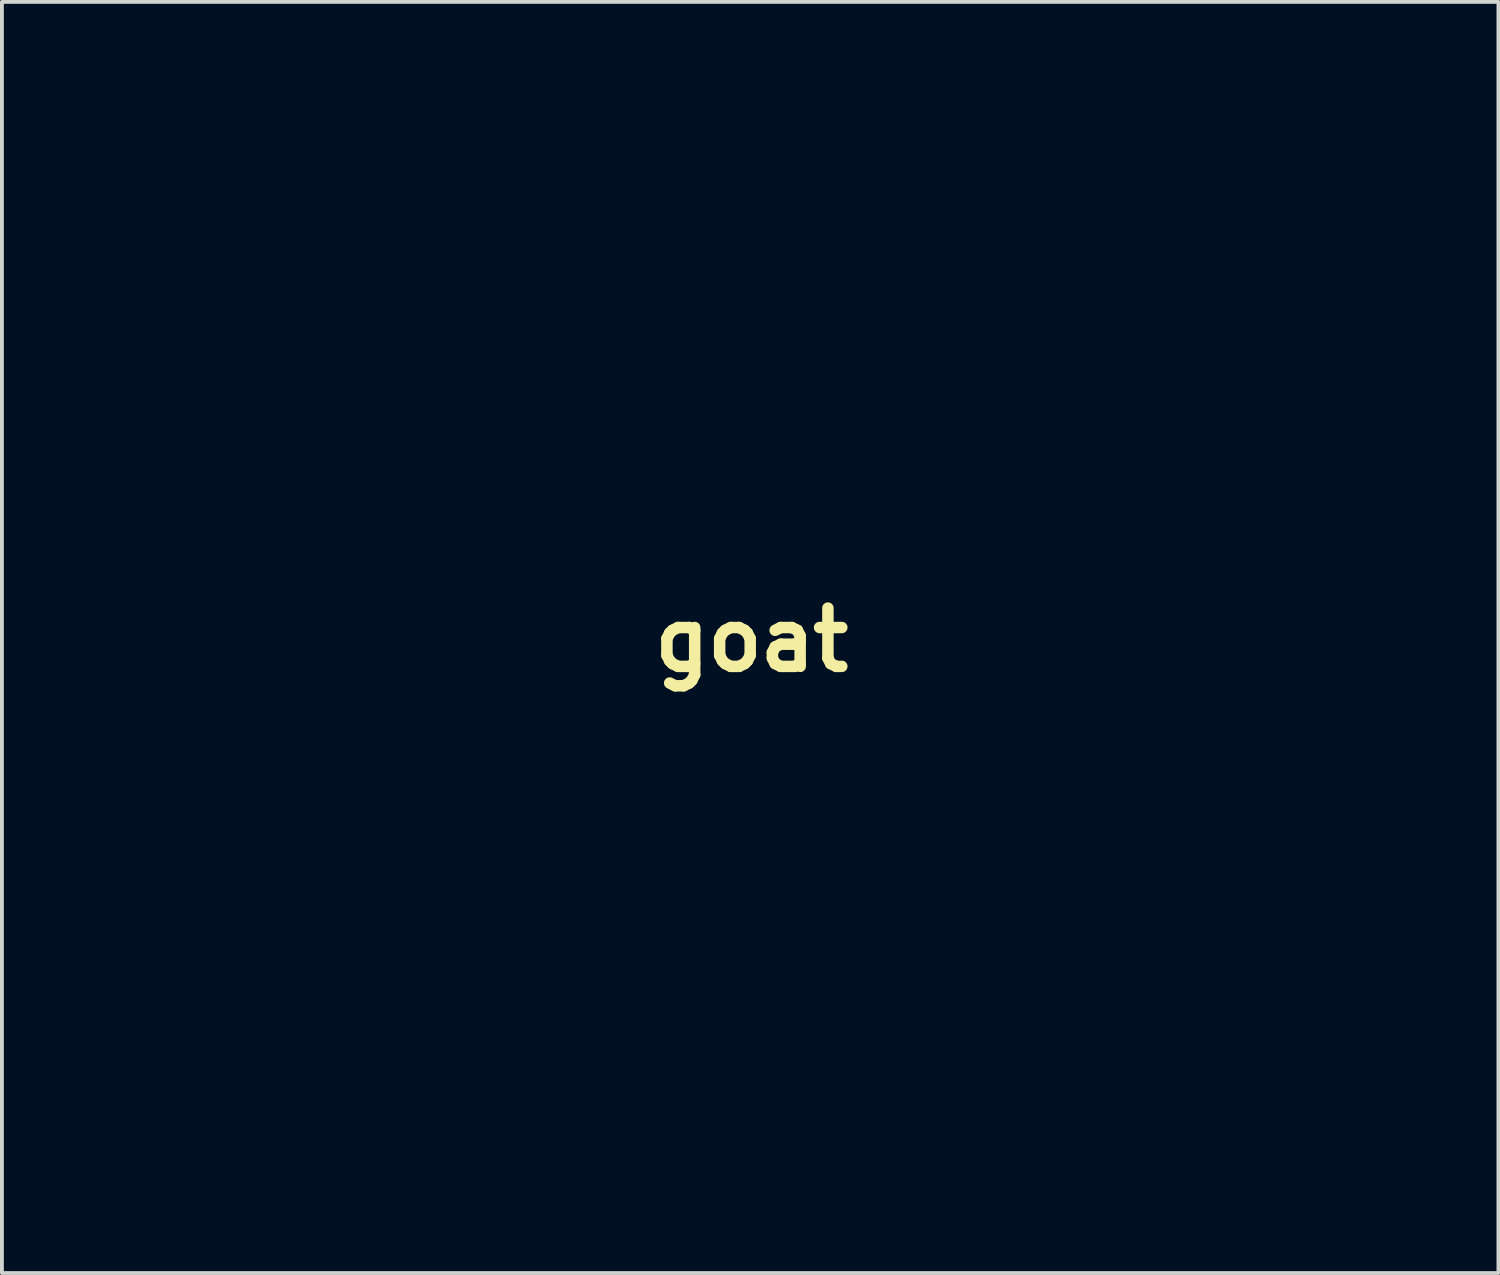
<source format=kicad_pcb>
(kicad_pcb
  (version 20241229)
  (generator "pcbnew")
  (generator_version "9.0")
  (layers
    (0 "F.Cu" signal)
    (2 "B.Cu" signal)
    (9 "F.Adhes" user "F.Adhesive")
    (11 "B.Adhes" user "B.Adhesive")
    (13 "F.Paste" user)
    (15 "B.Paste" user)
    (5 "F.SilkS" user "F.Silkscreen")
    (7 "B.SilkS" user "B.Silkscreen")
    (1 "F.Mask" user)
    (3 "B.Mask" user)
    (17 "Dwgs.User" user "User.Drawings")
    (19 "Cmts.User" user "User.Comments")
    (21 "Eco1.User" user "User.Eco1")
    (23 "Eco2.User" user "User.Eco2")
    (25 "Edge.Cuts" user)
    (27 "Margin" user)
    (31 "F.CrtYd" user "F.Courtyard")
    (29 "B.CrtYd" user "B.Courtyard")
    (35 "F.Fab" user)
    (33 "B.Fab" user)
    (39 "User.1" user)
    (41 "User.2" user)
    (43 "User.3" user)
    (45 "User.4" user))
  (footprint "goat"
    (layer "F.Cu")
    (at 16.6 13.683)
    (property "Reference" "goat" (at 0 0 0) (layer "F.SilkS") (effects (font (size 1.524 1.524) (thickness 0.3))))
    (attr through_hole)
    (fp_poly (pts (xy 6.333 8.173) (xy 6.344 8.195) (xy 6.356 8.236) (xy 6.371 8.301) (xy 6.38 8.345) (xy 6.397 8.428) (xy 6.407 8.488) (xy 6.41 8.538) (xy 6.407 8.586) (xy 6.399 8.645) (xy 6.393 8.678) (xy 6.378 8.8) (xy 6.37 8.952) (xy 6.369 9.132) (xy 6.374 9.337) (xy 6.387 9.565) (xy 6.401 9.754) (xy 6.416 9.949) (xy 6.426 10.118) (xy 6.432 10.266) (xy 6.432 10.4) (xy 6.428 10.527) (xy 6.418 10.653) (xy 6.404 10.784) (xy 6.402 10.803) (xy 6.388 10.923) (xy 6.374 11.058) (xy 6.361 11.194) (xy 6.351 11.312) (xy 6.351 11.32) (xy 6.341 11.452) (xy 6.334 11.554) (xy 6.327 11.629) (xy 6.321 11.683) (xy 6.313 11.718) (xy 6.305 11.738) (xy 6.294 11.748) (xy 6.28 11.751) (xy 6.262 11.75) (xy 6.26 11.75) (xy 6.202 11.743) (xy 6.155 11.731) (xy 6.034 11.67) (xy 5.928 11.582) (xy 5.843 11.472) (xy 5.816 11.422) (xy 5.795 11.375) (xy 5.777 11.324) (xy 5.763 11.267) (xy 5.751 11.2) (xy 5.741 11.118) (xy 5.734 11.019) (xy 5.728 10.899) (xy 5.723 10.754) (xy 5.718 10.58) (xy 5.716 10.465) (xy 5.713 10.275) (xy 5.712 10.114) (xy 5.712 10.084) (xy 5.78 10.084) (xy 5.78 10.188) (xy 5.782 10.316) (xy 5.784 10.45) (xy 5.789 10.653) (xy 5.795 10.825) (xy 5.804 10.97) (xy 5.816 11.092) (xy 5.832 11.193) (xy 5.852 11.277) (xy 5.878 11.348) (xy 5.909 11.409) (xy 5.948 11.463) (xy 5.993 11.513) (xy 6.002 11.522) (xy 6.047 11.561) (xy 6.103 11.601) (xy 6.16 11.636) (xy 6.208 11.66) (xy 6.235 11.667) (xy 6.244 11.652) (xy 6.253 11.614) (xy 6.255 11.595) (xy 6.26 11.553) (xy 6.266 11.485) (xy 6.272 11.399) (xy 6.28 11.303) (xy 6.283 11.261) (xy 6.292 11.142) (xy 6.305 11.005) (xy 6.319 10.867) (xy 6.334 10.742) (xy 6.336 10.727) (xy 6.349 10.612) (xy 6.358 10.5) (xy 6.362 10.388) (xy 6.362 10.267) (xy 6.357 10.133) (xy 6.347 9.981) (xy 6.333 9.803) (xy 6.325 9.711) (xy 6.315 9.581) (xy 6.308 9.437) (xy 6.303 9.285) (xy 6.301 9.132) (xy 6.301 8.985) (xy 6.304 8.851) (xy 6.309 8.737) (xy 6.317 8.649) (xy 6.318 8.644) (xy 6.327 8.56) (xy 6.327 8.496) (xy 6.318 8.44) (xy 6.316 8.433) (xy 6.296 8.357) (xy 6.232 8.534) (xy 6.204 8.611) (xy 6.167 8.709) (xy 6.124 8.819) (xy 6.08 8.932) (xy 6.048 9.01) (xy 5.987 9.165) (xy 5.937 9.295) (xy 5.897 9.407) (xy 5.865 9.507) (xy 5.839 9.6) (xy 5.817 9.693) (xy 5.808 9.738) (xy 5.799 9.786) (xy 5.791 9.832) (xy 5.786 9.88) (xy 5.782 9.935) (xy 5.78 10.002) (xy 5.78 10.084) (xy 5.712 10.084) (xy 5.713 9.976) (xy 5.718 9.856) (xy 5.727 9.748) (xy 5.743 9.647) (xy 5.764 9.547) (xy 5.794 9.443) (xy 5.831 9.33) (xy 5.879 9.203) (xy 5.937 9.055) (xy 5.999 8.898) (xy 6.045 8.783) (xy 6.091 8.663) (xy 6.133 8.549) (xy 6.17 8.447) (xy 6.197 8.368) (xy 6.198 8.365) (xy 6.226 8.282) (xy 6.246 8.226) (xy 6.263 8.191) (xy 6.279 8.173) (xy 6.297 8.166) (xy 6.301 8.165) (xy 6.319 8.165) (xy 6.333 8.173)) (stroke (width 0.01) (type solid)) (fill no) (layer "Eco2.User"))
    (fp_poly (pts (xy 10.425 -13.673) (xy 10.465 -13.652) (xy 10.522 -13.613) (xy 10.6 -13.554) (xy 10.609 -13.546) (xy 10.989 -13.22) (xy 11.342 -12.873) (xy 11.668 -12.507) (xy 11.966 -12.12) (xy 12.236 -11.715) (xy 12.479 -11.29) (xy 12.693 -10.847) (xy 12.807 -10.575) (xy 12.849 -10.463) (xy 12.895 -10.332) (xy 12.943 -10.191) (xy 12.989 -10.049) (xy 13.029 -9.915) (xy 13.062 -9.8) (xy 13.072 -9.76) (xy 13.09 -9.69) (xy 13.277 -9.62) (xy 13.369 -9.587) (xy 13.479 -9.552) (xy 13.596 -9.517) (xy 13.711 -9.484) (xy 13.814 -9.456) (xy 13.896 -9.437) (xy 13.902 -9.436) (xy 13.938 -9.425) (xy 13.993 -9.403) (xy 14.06 -9.374) (xy 14.127 -9.343) (xy 14.187 -9.314) (xy 14.23 -9.29) (xy 14.244 -9.281) (xy 14.27 -9.261) (xy 14.314 -9.231) (xy 14.345 -9.211) (xy 14.428 -9.148) (xy 14.516 -9.066) (xy 14.601 -8.975) (xy 14.671 -8.885) (xy 14.681 -8.871) (xy 14.735 -8.776) (xy 14.778 -8.677) (xy 14.809 -8.566) (xy 14.83 -8.437) (xy 14.845 -8.283) (xy 14.848 -8.216) (xy 14.855 -8.093) (xy 14.865 -7.996) (xy 14.881 -7.917) (xy 14.906 -7.848) (xy 14.943 -7.783) (xy 14.997 -7.714) (xy 15.068 -7.634) (xy 15.137 -7.563) (xy 15.211 -7.485) (xy 15.277 -7.413) (xy 15.339 -7.342) (xy 15.4 -7.268) (xy 15.462 -7.188) (xy 15.529 -7.097) (xy 15.604 -6.992) (xy 15.69 -6.867) (xy 15.79 -6.719) (xy 15.829 -6.662) (xy 15.91 -6.541) (xy 15.993 -6.421) (xy 16.073 -6.307) (xy 16.147 -6.205) (xy 16.21 -6.118) (xy 16.26 -6.052) (xy 16.272 -6.037) (xy 16.355 -5.93) (xy 16.416 -5.838) (xy 16.46 -5.756) (xy 16.49 -5.675) (xy 16.509 -5.591) (xy 16.521 -5.468) (xy 16.509 -5.358) (xy 16.475 -5.268) (xy 16.447 -5.229) (xy 16.433 -5.198) (xy 16.424 -5.139) (xy 16.419 -5.051) (xy 16.419 -5.043) (xy 16.404 -4.903) (xy 16.368 -4.788) (xy 16.31 -4.699) (xy 16.229 -4.635) (xy 16.155 -4.604) (xy 16.105 -4.582) (xy 16.087 -4.557) (xy 16.087 -4.555) (xy 16.073 -4.509) (xy 16.039 -4.454) (xy 15.989 -4.397) (xy 15.931 -4.347) (xy 15.896 -4.325) (xy 15.855 -4.303) (xy 15.818 -4.289) (xy 15.778 -4.281) (xy 15.724 -4.277) (xy 15.649 -4.277) (xy 15.621 -4.277) (xy 15.493 -4.282) (xy 15.385 -4.301) (xy 15.287 -4.335) (xy 15.185 -4.388) (xy 15.131 -4.422) (xy 15.072 -4.459) (xy 15.034 -4.474) (xy 15.013 -4.47) (xy 15.013 -4.47) (xy 15.005 -4.445) (xy 14.999 -4.391) (xy 14.995 -4.312) (xy 14.995 -4.254) (xy 14.997 -4.147) (xy 15.005 -4.05) (xy 15.02 -3.948) (xy 15.044 -3.829) (xy 15.045 -3.827) (xy 15.066 -3.724) (xy 15.08 -3.637) (xy 15.089 -3.554) (xy 15.094 -3.463) (xy 15.095 -3.352) (xy 15.095 -3.344) (xy 15.095 -3.246) (xy 15.094 -3.175) (xy 15.091 -3.122) (xy 15.084 -3.082) (xy 15.073 -3.047) (xy 15.056 -3.009) (xy 15.04 -2.977) (xy 14.97 -2.864) (xy 14.884 -2.772) (xy 14.826 -2.716) (xy 14.768 -2.655) (xy 14.724 -2.603) (xy 14.723 -2.603) (xy 14.679 -2.552) (xy 14.62 -2.493) (xy 14.559 -2.439) (xy 14.558 -2.438) (xy 14.468 -2.374) (xy 14.359 -2.309) (xy 14.239 -2.249) (xy 14.116 -2.194) (xy 13.995 -2.15) (xy 13.885 -2.118) (xy 13.792 -2.101) (xy 13.761 -2.1) (xy 13.72 -2.102) (xy 13.703 -2.115) (xy 13.699 -2.146) (xy 13.699 -2.148) (xy 13.714 -2.2) (xy 13.743 -2.236) (xy 13.801 -2.306) (xy 13.829 -2.383) (xy 13.831 -2.462) (xy 13.809 -2.563) (xy 13.758 -2.675) (xy 13.683 -2.795) (xy 13.585 -2.918) (xy 13.467 -3.04) (xy 13.375 -3.123) (xy 13.203 -3.289) (xy 13.062 -3.469) (xy 12.951 -3.662) (xy 12.872 -3.87) (xy 12.822 -4.093) (xy 12.817 -4.129) (xy 12.808 -4.289) (xy 12.819 -4.449) (xy 12.85 -4.599) (xy 12.899 -4.733) (xy 12.947 -4.818) (xy 12.972 -4.857) (xy 12.984 -4.881) (xy 12.984 -4.886) (xy 12.967 -4.887) (xy 12.922 -4.886) (xy 12.857 -4.884) (xy 12.789 -4.881) (xy 12.705 -4.876) (xy 12.649 -4.871) (xy 12.615 -4.864) (xy 12.597 -4.854) (xy 12.59 -4.842) (xy 12.566 -4.804) (xy 12.524 -4.763) (xy 12.476 -4.729) (xy 12.432 -4.709) (xy 12.42 -4.707) (xy 12.392 -4.701) (xy 12.37 -4.677) (xy 12.345 -4.628) (xy 12.344 -4.625) (xy 12.286 -4.529) (xy 12.209 -4.453) (xy 12.137 -4.412) (xy 12.095 -4.388) (xy 12.061 -4.351) (xy 12.027 -4.291) (xy 12.025 -4.288) (xy 11.992 -4.219) (xy 11.961 -4.145) (xy 11.932 -4.064) (xy 11.902 -3.971) (xy 11.872 -3.864) (xy 11.841 -3.739) (xy 11.807 -3.593) (xy 11.77 -3.423) (xy 11.728 -3.225) (xy 11.693 -3.055) (xy 11.64 -2.795) (xy 11.589 -2.564) (xy 11.54 -2.358) (xy 11.491 -2.172) (xy 11.441 -2.002) (xy 11.387 -1.843) (xy 11.328 -1.692) (xy 11.262 -1.542) (xy 11.188 -1.391) (xy 11.104 -1.234) (xy 11.008 -1.066) (xy 10.9 -0.883) (xy 10.862 -0.821) (xy 10.733 -0.608) (xy 10.62 -0.42) (xy 10.522 -0.255) (xy 10.437 -0.11) (xy 10.363 0.019) (xy 10.299 0.134) (xy 10.243 0.239) (xy 10.194 0.336) (xy 10.15 0.428) (xy 10.109 0.518) (xy 10.07 0.61) (xy 10.05 0.658) (xy 9.98 0.842) (xy 9.924 1.02) (xy 9.88 1.199) (xy 9.845 1.391) (xy 9.819 1.604) (xy 9.812 1.671) (xy 9.771 1.973) (xy 9.706 2.252) (xy 9.617 2.512) (xy 9.501 2.756) (xy 9.357 2.986) (xy 9.185 3.206) (xy 9.093 3.308) (xy 8.939 3.46) (xy 8.78 3.593) (xy 8.604 3.716) (xy 8.534 3.76) (xy 8.456 3.81) (xy 8.39 3.858) (xy 8.335 3.907) (xy 8.29 3.962) (xy 8.251 4.026) (xy 8.219 4.103) (xy 8.19 4.196) (xy 8.164 4.309) (xy 8.139 4.446) (xy 8.112 4.611) (xy 8.094 4.733) (xy 8.065 4.924) (xy 8.037 5.088) (xy 8.008 5.234) (xy 7.978 5.368) (xy 7.944 5.497) (xy 7.904 5.63) (xy 7.858 5.772) (xy 7.811 5.916) (xy 7.772 6.05) (xy 7.74 6.178) (xy 7.713 6.306) (xy 7.692 6.439) (xy 7.675 6.583) (xy 7.661 6.743) (xy 7.65 6.924) (xy 7.641 7.131) (xy 7.638 7.236) (xy 7.63 7.454) (xy 7.624 7.641) (xy 7.617 7.802) (xy 7.61 7.941) (xy 7.603 8.061) (xy 7.596 8.166) (xy 7.587 8.26) (xy 7.577 8.346) (xy 7.566 8.429) (xy 7.553 8.513) (xy 7.538 8.6) (xy 7.533 8.628) (xy 7.463 9.088) (xy 7.421 9.546) (xy 7.408 10.007) (xy 7.424 10.477) (xy 7.46 10.888) (xy 7.48 11.06) (xy 7.504 11.231) (xy 7.529 11.395) (xy 7.556 11.548) (xy 7.582 11.685) (xy 7.609 11.801) (xy 7.634 11.893) (xy 7.655 11.952) (xy 7.709 12.045) (xy 7.784 12.122) (xy 7.883 12.185) (xy 8.008 12.236) (xy 8.164 12.277) (xy 8.165 12.277) (xy 8.305 12.309) (xy 8.415 12.339) (xy 8.499 12.371) (xy 8.561 12.406) (xy 8.605 12.447) (xy 8.635 12.494) (xy 8.651 12.541) (xy 8.683 12.616) (xy 8.741 12.709) (xy 8.826 12.821) (xy 8.938 12.949) (xy 9.061 13.08) (xy 9.14 13.162) (xy 9.198 13.224) (xy 9.237 13.27) (xy 9.262 13.304) (xy 9.274 13.329) (xy 9.277 13.349) (xy 9.276 13.355) (xy 9.271 13.378) (xy 9.258 13.395) (xy 9.229 13.411) (xy 9.179 13.43) (xy 9.123 13.447) (xy 8.966 13.489) (xy 8.804 13.52) (xy 8.646 13.539) (xy 8.499 13.546) (xy 8.372 13.539) (xy 8.348 13.535) (xy 8.311 13.527) (xy 8.254 13.512) (xy 8.188 13.494) (xy 8.185 13.493) (xy 8.115 13.475) (xy 8.062 13.467) (xy 8.01 13.469) (xy 7.955 13.477) (xy 7.882 13.486) (xy 7.795 13.493) (xy 7.709 13.496) (xy 7.702 13.496) (xy 7.622 13.494) (xy 7.564 13.487) (xy 7.514 13.472) (xy 7.475 13.454) (xy 7.394 13.397) (xy 7.331 13.318) (xy 7.292 13.228) (xy 7.287 13.204) (xy 7.276 13.161) (xy 7.252 13.133) (xy 7.207 13.109) (xy 7.158 13.08) (xy 7.108 13.039) (xy 7.064 12.994) (xy 7.035 12.954) (xy 7.027 12.93) (xy 7.021 12.918) (xy 6.996 12.916) (xy 6.946 12.923) (xy 6.938 12.924) (xy 6.873 12.932) (xy 6.781 12.936) (xy 6.668 12.937) (xy 6.542 12.935) (xy 6.409 12.931) (xy 6.275 12.924) (xy 6.148 12.915) (xy 6.034 12.905) (xy 5.94 12.893) (xy 5.91 12.887) (xy 5.708 12.843) (xy 5.533 12.789) (xy 5.386 12.729) (xy 5.268 12.661) (xy 5.18 12.588) (xy 5.123 12.508) (xy 5.098 12.424) (xy 5.097 12.403) (xy 5.089 12.371) (xy 5.074 12.361) (xy 5.036 12.345) (xy 5.001 12.299) (xy 4.972 12.229) (xy 4.956 12.163) (xy 4.941 12.096) (xy 4.922 12.037) (xy 4.905 11.999) (xy 4.886 11.974) (xy 4.862 11.958) (xy 4.824 11.946) (xy 4.766 11.936) (xy 4.721 11.93) (xy 4.639 11.903) (xy 4.573 11.847) (xy 4.523 11.761) (xy 4.508 11.718) (xy 4.497 11.662) (xy 4.488 11.58) (xy 4.482 11.476) (xy 4.479 11.359) (xy 4.478 11.235) (xy 4.481 11.11) (xy 4.486 10.991) (xy 4.493 10.885) (xy 4.502 10.812) (xy 4.526 10.654) (xy 4.551 10.499) (xy 4.577 10.343) (xy 4.606 10.181) (xy 4.639 10.011) (xy 4.675 9.827) (xy 4.717 9.626) (xy 4.763 9.404) (xy 4.817 9.156) (xy 4.873 8.898) (xy 4.988 8.374) (xy 4.974 8.17) (xy 4.969 8.082) (xy 4.965 7.965) (xy 4.962 7.825) (xy 4.96 7.665) (xy 4.959 7.491) (xy 4.958 7.308) (xy 4.958 7.121) (xy 4.959 6.935) (xy 4.961 6.755) (xy 4.964 6.585) (xy 4.967 6.431) (xy 4.972 6.298) (xy 4.976 6.198) (xy 4.984 6.076) (xy 4.992 5.936) (xy 5.003 5.784) (xy 5.014 5.625) (xy 5.025 5.466) (xy 5.037 5.313) (xy 5.048 5.17) (xy 5.059 5.045) (xy 5.068 4.943) (xy 5.074 4.878) (xy 5.085 4.77) (xy 5.011 4.782) (xy 4.757 4.821) (xy 4.479 4.859) (xy 4.187 4.895) (xy 3.892 4.929) (xy 3.604 4.958) (xy 3.333 4.982) (xy 3.285 4.986) (xy 3.135 4.997) (xy 2.989 5.007) (xy 2.846 5.015) (xy 2.701 5.023) (xy 2.552 5.029) (xy 2.396 5.034) (xy 2.23 5.038) (xy 2.05 5.041) (xy 1.855 5.043) (xy 1.641 5.044) (xy 1.405 5.044) (xy 1.144 5.043) (xy 0.855 5.042) (xy 0.535 5.04) (xy 0.533 5.04) (xy 0.244 5.038) (xy -0.028 5.037) (xy -0.283 5.037) (xy -0.517 5.037) (xy -0.729 5.037) (xy -0.916 5.038) (xy -1.077 5.04) (xy -1.21 5.042) (xy -1.311 5.045) (xy -1.355 5.046) (xy -1.677 5.061) (xy -1.969 5.07) (xy -2.235 5.076) (xy -2.479 5.076) (xy -2.704 5.072) (xy -2.913 5.063) (xy -3.112 5.049) (xy -3.302 5.031) (xy -3.395 5.02) (xy -3.908 4.939) (xy -4.414 4.824) (xy -4.912 4.677) (xy -5.403 4.497) (xy -5.887 4.284) (xy -6.363 4.037) (xy -6.639 3.877) (xy -6.76 3.805) (xy -6.856 3.749) (xy -6.932 3.708) (xy -6.993 3.681) (xy -7.043 3.665) (xy -7.086 3.659) (xy -7.128 3.662) (xy -7.171 3.673) (xy -7.209 3.685) (xy -7.315 3.732) (xy -7.428 3.803) (xy -7.549 3.9) (xy -7.679 4.024) (xy -7.818 4.176) (xy -7.968 4.355) (xy -8.129 4.565) (xy -8.285 4.779) (xy -8.37 4.9) (xy -8.462 5.033) (xy -8.558 5.176) (xy -8.657 5.325) (xy -8.756 5.475) (xy -8.853 5.624) (xy -8.946 5.768) (xy -9.031 5.902) (xy -9.107 6.024) (xy -9.172 6.13) (xy -9.222 6.216) (xy -9.257 6.279) (xy -9.262 6.291) (xy -9.359 6.515) (xy -9.435 6.744) (xy -9.491 6.982) (xy -9.527 7.234) (xy -9.545 7.506) (xy -9.546 7.802) (xy -9.545 7.815) (xy -9.542 7.937) (xy -9.536 8.05) (xy -9.53 8.16) (xy -9.52 8.271) (xy -9.508 8.389) (xy -9.493 8.518) (xy -9.473 8.664) (xy -9.45 8.83) (xy -9.421 9.023) (xy -9.406 9.119) (xy -9.385 9.26) (xy -9.363 9.405) (xy -9.342 9.545) (xy -9.323 9.675) (xy -9.307 9.785) (xy -9.296 9.864) (xy -9.282 9.963) (xy -9.269 10.061) (xy -9.257 10.146) (xy -9.248 10.211) (xy -9.246 10.225) (xy -9.208 10.371) (xy -9.139 10.514) (xy -9.036 10.654) (xy -8.9 10.79) (xy -8.843 10.839) (xy -8.787 10.885) (xy -8.741 10.924) (xy -8.711 10.949) (xy -8.704 10.955) (xy -8.684 10.97) (xy -8.661 10.983) (xy -8.635 10.999) (xy -8.587 11.029) (xy -8.522 11.07) (xy -8.447 11.117) (xy -8.416 11.137) (xy -8.326 11.194) (xy -8.233 11.252) (xy -8.147 11.306) (xy -8.077 11.349) (xy -8.069 11.354) (xy -7.998 11.4) (xy -7.929 11.449) (xy -7.874 11.493) (xy -7.861 11.504) (xy -7.818 11.547) (xy -7.796 11.583) (xy -7.789 11.623) (xy -7.789 11.632) (xy -7.794 11.678) (xy -7.807 11.711) (xy -7.809 11.714) (xy -7.813 11.73) (xy -7.801 11.757) (xy -7.773 11.797) (xy -7.726 11.852) (xy -7.659 11.923) (xy -7.571 12.012) (xy -7.46 12.121) (xy -7.382 12.196) (xy -7.287 12.288) (xy -7.214 12.361) (xy -7.161 12.416) (xy -7.125 12.458) (xy -7.104 12.488) (xy -7.096 12.51) (xy -7.095 12.516) (xy -7.1 12.545) (xy -7.12 12.564) (xy -7.164 12.578) (xy -7.167 12.579) (xy -7.288 12.604) (xy -7.417 12.62) (xy -7.558 12.627) (xy -7.715 12.625) (xy -7.893 12.614) (xy -8.094 12.594) (xy -8.324 12.564) (xy -8.454 12.547) (xy -8.592 12.531) (xy -8.728 12.518) (xy -8.852 12.508) (xy -8.954 12.502) (xy -8.956 12.502) (xy -9.056 12.498) (xy -9.127 12.494) (xy -9.177 12.488) (xy -9.211 12.481) (xy -9.236 12.471) (xy -9.256 12.456) (xy -9.269 12.445) (xy -9.295 12.42) (xy -9.311 12.395) (xy -9.32 12.361) (xy -9.324 12.309) (xy -9.325 12.259) (xy -9.327 12.188) (xy -9.333 12.142) (xy -9.344 12.11) (xy -9.364 12.082) (xy -9.378 12.067) (xy -9.41 12.029) (xy -9.452 11.972) (xy -9.499 11.907) (xy -9.517 11.879) (xy -9.584 11.78) (xy -9.639 11.705) (xy -9.685 11.65) (xy -9.728 11.61) (xy -9.77 11.578) (xy -9.784 11.57) (xy -9.826 11.547) (xy -9.855 11.534) (xy -9.861 11.534) (xy -9.87 11.552) (xy -9.887 11.591) (xy -9.905 11.633) (xy -9.951 11.732) (xy -10.004 11.829) (xy -10.058 11.914) (xy -10.109 11.979) (xy -10.114 11.985) (xy -10.163 12.022) (xy -10.216 12.04) (xy -10.261 12.037) (xy -10.292 12.011) (xy -10.293 12.01) (xy -10.297 11.986) (xy -10.302 11.932) (xy -10.307 11.854) (xy -10.311 11.757) (xy -10.315 11.645) (xy -10.318 11.532) (xy -10.334 11.136) (xy -10.365 10.726) (xy -10.41 10.301) (xy -10.47 9.858) (xy -10.546 9.396) (xy -10.637 8.912) (xy -10.744 8.404) (xy -10.868 7.87) (xy -10.986 7.396) (xy -11.015 7.281) (xy -11.104 7.341) (xy -11.282 7.481) (xy -11.443 7.65) (xy -11.587 7.847) (xy -11.712 8.07) (xy -11.818 8.318) (xy -11.904 8.592) (xy -11.972 8.889) (xy -12.015 9.178) (xy -12.026 9.293) (xy -12.037 9.429) (xy -12.047 9.58) (xy -12.055 9.737) (xy -12.062 9.895) (xy -12.066 10.046) (xy -12.068 10.184) (xy -12.068 10.3) (xy -12.065 10.38) (xy -12.039 10.643) (xy -11.993 10.879) (xy -11.927 11.089) (xy -11.842 11.272) (xy -11.835 11.283) (xy -11.804 11.339) (xy -11.781 11.383) (xy -11.769 11.407) (xy -11.769 11.409) (xy -11.757 11.424) (xy -11.726 11.457) (xy -11.679 11.506) (xy -11.622 11.564) (xy -11.604 11.582) (xy -11.466 11.707) (xy -11.314 11.824) (xy -11.216 11.891) (xy -11.137 11.944) (xy -11.067 11.994) (xy -11.011 12.036) (xy -10.975 12.066) (xy -10.966 12.076) (xy -10.947 12.12) (xy -10.939 12.173) (xy -10.939 12.176) (xy -10.93 12.23) (xy -10.9 12.288) (xy -10.877 12.321) (xy -10.809 12.407) (xy -10.726 12.506) (xy -10.637 12.608) (xy -10.547 12.706) (xy -10.465 12.791) (xy -10.411 12.843) (xy -10.347 12.907) (xy -10.31 12.955) (xy -10.299 12.993) (xy -10.313 13.025) (xy -10.352 13.056) (xy -10.372 13.068) (xy -10.462 13.113) (xy -10.56 13.146) (xy -10.668 13.169) (xy -10.792 13.182) (xy -10.935 13.184) (xy -11.102 13.177) (xy -11.297 13.161) (xy -11.325 13.159) (xy -11.452 13.146) (xy -11.552 13.138) (xy -11.631 13.133) (xy -11.695 13.132) (xy -11.751 13.133) (xy -11.805 13.138) (xy -11.832 13.142) (xy -11.987 13.156) (xy -12.114 13.152) (xy -12.216 13.129) (xy -12.293 13.087) (xy -12.348 13.022) (xy -12.383 12.936) (xy -12.399 12.825) (xy -12.4 12.765) (xy -12.399 12.615) (xy -12.461 12.568) (xy -12.504 12.537) (xy -12.565 12.494) (xy -12.631 12.449) (xy -12.646 12.439) (xy -12.71 12.393) (xy -12.771 12.343) (xy -12.817 12.3) (xy -12.824 12.292) (xy -12.879 12.228) (xy -12.938 12.307) (xy -12.976 12.354) (xy -13.006 12.378) (xy -13.039 12.386) (xy -13.054 12.387) (xy -13.097 12.38) (xy -13.132 12.356) (xy -13.162 12.31) (xy -13.19 12.24) (xy -13.218 12.14) (xy -13.219 12.139) (xy -13.25 12.002) (xy -13.267 11.883) (xy -13.27 11.769) (xy -13.26 11.648) (xy -13.237 11.509) (xy -13.236 11.506) (xy -13.217 11.4) (xy -13.199 11.282) (xy -13.184 11.168) (xy -13.175 11.091) (xy -13.168 10.982) (xy -13.162 10.843) (xy -13.159 10.679) (xy -13.158 10.492) (xy -13.159 10.288) (xy -13.162 10.071) (xy -13.167 9.843) (xy -13.174 9.61) (xy -13.183 9.376) (xy -13.184 9.347) (xy -13.194 9.086) (xy -13.201 8.834) (xy -13.204 8.595) (xy -13.205 8.373) (xy -13.202 8.169) (xy -13.196 7.988) (xy -13.186 7.831) (xy -13.174 7.702) (xy -13.16 7.612) (xy -13.128 7.466) (xy -13.091 7.345) (xy -13.045 7.24) (xy -12.986 7.142) (xy -12.91 7.042) (xy -12.854 6.977) (xy -12.8 6.915) (xy -12.736 6.841) (xy -12.667 6.76) (xy -12.599 6.679) (xy -12.538 6.605) (xy -12.489 6.545) (xy -12.463 6.513) (xy -12.432 6.476) (xy -12.399 6.439) (xy -12.373 6.41) (xy -12.361 6.392) (xy -12.361 6.391) (xy -12.352 6.375) (xy -12.327 6.338) (xy -12.29 6.287) (xy -12.268 6.257) (xy -12.059 5.957) (xy -11.866 5.646) (xy -11.694 5.33) (xy -11.542 5.013) (xy -11.415 4.699) (xy -11.314 4.393) (xy -11.261 4.192) (xy -11.245 4.12) (xy -11.237 4.066) (xy -11.237 4.017) (xy -11.244 3.961) (xy -11.254 3.908) (xy -11.282 3.769) (xy -11.316 3.622) (xy -11.356 3.464) (xy -11.405 3.293) (xy -11.462 3.105) (xy -11.528 2.897) (xy -11.604 2.666) (xy -11.692 2.41) (xy -11.783 2.149) (xy -11.875 1.888) (xy -11.955 1.655) (xy -12.025 1.447) (xy -12.086 1.259) (xy -12.139 1.089) (xy -12.184 0.934) (xy -12.224 0.788) (xy -12.259 0.649) (xy -12.29 0.514) (xy -12.318 0.378) (xy -12.326 0.336) (xy -12.351 0.181) (xy -12.374 0.006) (xy -12.392 -0.178) (xy -12.405 -0.358) (xy -12.412 -0.522) (xy -12.412 -0.57) (xy -12.412 -0.779) (xy -12.535 -0.676) (xy -12.622 -0.611) (xy -12.719 -0.549) (xy -12.819 -0.496) (xy -12.913 -0.455) (xy -12.993 -0.431) (xy -13.015 -0.427) (xy -13.061 -0.424) (xy -13.083 -0.429) (xy -13.089 -0.448) (xy -13.089 -0.461) (xy -13.084 -0.504) (xy -13.07 -0.559) (xy -13.065 -0.574) (xy -13.04 -0.644) (xy -13.094 -0.603) (xy -13.21 -0.53) (xy -13.346 -0.467) (xy -13.493 -0.417) (xy -13.638 -0.384) (xy -13.772 -0.373) (xy -13.89 -0.373) (xy -13.879 -0.466) (xy -13.874 -0.516) (xy -13.874 -0.55) (xy -13.876 -0.559) (xy -13.894 -0.555) (xy -13.938 -0.545) (xy -13.998 -0.53) (xy -14.024 -0.524) (xy -14.124 -0.504) (xy -14.246 -0.489) (xy -14.379 -0.48) (xy -14.389 -0.479) (xy -14.48 -0.475) (xy -14.542 -0.474) (xy -14.581 -0.475) (xy -14.602 -0.48) (xy -14.611 -0.488) (xy -14.613 -0.502) (xy -14.613 -0.506) (xy -14.606 -0.544) (xy -14.587 -0.594) (xy -14.58 -0.61) (xy -14.559 -0.651) (xy -14.547 -0.679) (xy -14.546 -0.683) (xy -14.561 -0.684) (xy -14.598 -0.679) (xy -14.624 -0.674) (xy -14.682 -0.667) (xy -14.762 -0.664) (xy -14.855 -0.664) (xy -14.951 -0.669) (xy -15.039 -0.676) (xy -15.11 -0.685) (xy -15.143 -0.693) (xy -15.188 -0.716) (xy -15.206 -0.751) (xy -15.196 -0.8) (xy -15.159 -0.866) (xy -15.154 -0.874) (xy -15.126 -0.918) (xy -15.11 -0.949) (xy -15.109 -0.958) (xy -15.128 -0.959) (xy -15.172 -0.955) (xy -15.23 -0.946) (xy -15.236 -0.945) (xy -15.356 -0.925) (xy -15.539 -1.012) (xy -15.714 -1.085) (xy -15.878 -1.135) (xy -16.029 -1.162) (xy -16.165 -1.166) (xy -16.283 -1.146) (xy -16.381 -1.104) (xy -16.458 -1.038) (xy -16.481 -1.007) (xy -16.52 -0.962) (xy -16.557 -0.948) (xy -16.581 -0.953) (xy -16.592 -0.973) (xy -16.595 -1.015) (xy -16.58 -1.149) (xy -16.575 -1.164) (xy -16.491 -1.164) (xy -16.491 -1.16) (xy -16.471 -1.162) (xy -16.434 -1.178) (xy -16.415 -1.189) (xy -16.382 -1.206) (xy -16.345 -1.218) (xy -16.298 -1.225) (xy -16.232 -1.23) (xy -16.146 -1.233) (xy -15.997 -1.232) (xy -15.862 -1.216) (xy -15.73 -1.184) (xy -15.591 -1.133) (xy -15.488 -1.087) (xy -15.321 -1.009) (xy -15.181 -1.038) (xy -15.112 -1.051) (xy -15.052 -1.061) (xy -15.011 -1.067) (xy -15.005 -1.067) (xy -14.976 -1.055) (xy -14.97 -1.021) (xy -14.986 -0.968) (xy -15.025 -0.898) (xy -15.038 -0.878) (xy -15.071 -0.828) (xy -15.094 -0.791) (xy -15.102 -0.772) (xy -15.102 -0.772) (xy -15.083 -0.765) (xy -15.043 -0.754) (xy -15.017 -0.748) (xy -14.895 -0.73) (xy -14.764 -0.733) (xy -14.647 -0.754) (xy -14.581 -0.771) (xy -14.516 -0.785) (xy -14.488 -0.79) (xy -14.422 -0.801) (xy -14.435 -0.736) (xy -14.451 -0.677) (xy -14.476 -0.614) (xy -14.481 -0.604) (xy -14.515 -0.537) (xy -14.373 -0.548) (xy -14.288 -0.558) (xy -14.189 -0.575) (xy -14.093 -0.596) (xy -14.07 -0.602) (xy -13.992 -0.623) (xy -13.916 -0.64) (xy -13.855 -0.652) (xy -13.836 -0.655) (xy -13.762 -0.664) (xy -13.772 -0.607) (xy -13.783 -0.548) (xy -13.793 -0.495) (xy -13.799 -0.458) (xy -13.789 -0.443) (xy -13.763 -0.44) (xy -13.676 -0.45) (xy -13.57 -0.478) (xy -13.454 -0.52) (xy -13.336 -0.573) (xy -13.224 -0.634) (xy -13.127 -0.698) (xy -13.105 -0.715) (xy -13.034 -0.767) (xy -12.982 -0.792) (xy -12.95 -0.788) (xy -12.937 -0.757) (xy -12.943 -0.698) (xy -12.963 -0.62) (xy -12.976 -0.571) (xy -12.981 -0.537) (xy -12.98 -0.529) (xy -12.96 -0.53) (xy -12.918 -0.546) (xy -12.862 -0.574) (xy -12.798 -0.609) (xy -12.732 -0.648) (xy -12.673 -0.687) (xy -12.653 -0.702) (xy -12.589 -0.755) (xy -12.525 -0.814) (xy -12.477 -0.865) (xy -12.428 -0.916) (xy -12.387 -0.944) (xy -12.371 -0.948) (xy -12.359 -0.947) (xy -12.35 -0.942) (xy -12.344 -0.927) (xy -12.339 -0.9) (xy -12.337 -0.855) (xy -12.335 -0.788) (xy -12.335 -0.696) (xy -12.335 -0.588) (xy -12.333 -0.425) (xy -12.326 -0.267) (xy -12.314 -0.112) (xy -12.297 0.043) (xy -12.273 0.201) (xy -12.242 0.365) (xy -12.203 0.538) (xy -12.156 0.723) (xy -12.1 0.924) (xy -12.033 1.142) (xy -11.956 1.381) (xy -11.868 1.645) (xy -11.767 1.935) (xy -11.716 2.081) (xy -11.609 2.388) (xy -11.514 2.666) (xy -11.432 2.916) (xy -11.362 3.141) (xy -11.303 3.344) (xy -11.255 3.524) (xy -11.217 3.686) (xy -11.188 3.83) (xy -11.173 3.924) (xy -11.163 4) (xy -11.161 4.062) (xy -11.167 4.124) (xy -11.181 4.201) (xy -11.183 4.212) (xy -11.242 4.448) (xy -11.323 4.701) (xy -11.424 4.963) (xy -11.543 5.23) (xy -11.675 5.494) (xy -11.819 5.75) (xy -11.897 5.876) (xy -11.974 5.996) (xy -12.055 6.116) (xy -12.135 6.232) (xy -12.211 6.339) (xy -12.28 6.432) (xy -12.337 6.505) (xy -12.371 6.544) (xy -12.404 6.582) (xy -12.425 6.609) (xy -12.429 6.616) (xy -12.439 6.634) (xy -12.467 6.669) (xy -12.505 6.716) (xy -12.548 6.766) (xy -12.59 6.814) (xy -12.625 6.851) (xy -12.647 6.873) (xy -12.651 6.875) (xy -12.666 6.888) (xy -12.666 6.893) (xy -12.677 6.913) (xy -12.706 6.951) (xy -12.748 7.002) (xy -12.782 7.042) (xy -12.86 7.132) (xy -12.919 7.208) (xy -12.963 7.28) (xy -13 7.357) (xy -13.026 7.426) (xy -13.058 7.531) (xy -13.085 7.654) (xy -13.106 7.794) (xy -13.122 7.956) (xy -13.133 8.14) (xy -13.138 8.349) (xy -13.138 8.585) (xy -13.133 8.849) (xy -13.123 9.144) (xy -13.116 9.296) (xy -13.108 9.501) (xy -13.101 9.712) (xy -13.096 9.926) (xy -13.093 10.138) (xy -13.091 10.344) (xy -13.09 10.539) (xy -13.091 10.72) (xy -13.094 10.881) (xy -13.099 11.019) (xy -13.105 11.128) (xy -13.108 11.159) (xy -13.119 11.258) (xy -13.135 11.375) (xy -13.153 11.491) (xy -13.167 11.57) (xy -13.185 11.662) (xy -13.195 11.733) (xy -13.199 11.793) (xy -13.196 11.851) (xy -13.185 11.918) (xy -13.166 12.003) (xy -13.153 12.057) (xy -13.126 12.161) (xy -13.099 12.236) (xy -13.075 12.281) (xy -13.055 12.294) (xy -13.038 12.28) (xy -13.01 12.246) (xy -12.977 12.2) (xy -12.939 12.148) (xy -12.909 12.119) (xy -12.881 12.108) (xy -12.869 12.107) (xy -12.831 12.116) (xy -12.806 12.149) (xy -12.802 12.158) (xy -12.768 12.212) (xy -12.707 12.274) (xy -12.617 12.345) (xy -12.519 12.413) (xy -12.438 12.466) (xy -12.381 12.507) (xy -12.345 12.54) (xy -12.325 12.571) (xy -12.317 12.607) (xy -12.317 12.652) (xy -12.321 12.7) (xy -12.324 12.807) (xy -12.311 12.889) (xy -12.28 12.956) (xy -12.241 13.004) (xy -12.195 13.042) (xy -12.142 13.067) (xy -12.077 13.079) (xy -11.993 13.081) (xy -11.883 13.073) (xy -11.864 13.071) (xy -11.798 13.064) (xy -11.739 13.06) (xy -11.679 13.059) (xy -11.612 13.061) (xy -11.532 13.066) (xy -11.432 13.074) (xy -11.306 13.086) (xy -11.287 13.088) (xy -11.129 13.102) (xy -10.999 13.111) (xy -10.891 13.114) (xy -10.8 13.111) (xy -10.72 13.101) (xy -10.647 13.084) (xy -10.573 13.059) (xy -10.497 13.028) (xy -10.402 12.985) (xy -10.503 12.889) (xy -10.571 12.821) (xy -10.652 12.734) (xy -10.739 12.637) (xy -10.824 12.537) (xy -10.901 12.444) (xy -10.953 12.377) (xy -10.994 12.316) (xy -11.016 12.268) (xy -11.024 12.221) (xy -11.024 12.215) (xy -11.025 12.184) (xy -11.032 12.157) (xy -11.047 12.131) (xy -11.076 12.103) (xy -11.12 12.068) (xy -11.185 12.023) (xy -11.274 11.964) (xy -11.303 11.946) (xy -11.455 11.838) (xy -11.597 11.719) (xy -11.722 11.596) (xy -11.826 11.473) (xy -11.899 11.362) (xy -11.979 11.196) (xy -12.042 11.016) (xy -12.088 10.82) (xy -12.119 10.6) (xy -12.134 10.384) (xy -12.137 10.266) (xy -12.137 10.121) (xy -12.134 9.959) (xy -12.128 9.786) (xy -12.12 9.611) (xy -12.11 9.441) (xy -12.099 9.285) (xy -12.087 9.149) (xy -12.083 9.11) (xy -12.032 8.781) (xy -11.961 8.479) (xy -11.869 8.203) (xy -11.756 7.954) (xy -11.623 7.732) (xy -11.469 7.536) (xy -11.294 7.367) (xy -11.146 7.256) (xy -11.072 7.209) (xy -11.018 7.185) (xy -10.982 7.183) (xy -10.957 7.203) (xy -10.94 7.245) (xy -10.938 7.25) (xy -10.903 7.385) (xy -10.863 7.548) (xy -10.818 7.733) (xy -10.771 7.935) (xy -10.723 8.147) (xy -10.674 8.365) (xy -10.627 8.582) (xy -10.582 8.794) (xy -10.541 8.995) (xy -10.517 9.11) (xy -10.44 9.536) (xy -10.375 9.972) (xy -10.322 10.408) (xy -10.283 10.836) (xy -10.258 11.247) (xy -10.252 11.455) (xy -10.249 11.574) (xy -10.246 11.683) (xy -10.242 11.778) (xy -10.239 11.853) (xy -10.236 11.903) (xy -10.234 11.921) (xy -10.227 11.944) (xy -10.218 11.949) (xy -10.199 11.934) (xy -10.164 11.896) (xy -10.162 11.894) (xy -10.126 11.845) (xy -10.081 11.774) (xy -10.035 11.691) (xy -9.99 11.605) (xy -9.954 11.526) (xy -9.941 11.493) (xy -9.912 11.457) (xy -9.863 11.447) (xy -9.795 11.463) (xy -9.734 11.492) (xy -9.685 11.523) (xy -9.639 11.562) (xy -9.59 11.615) (xy -9.535 11.686) (xy -9.47 11.78) (xy -9.449 11.811) (xy -9.401 11.881) (xy -9.35 11.948) (xy -9.305 12.003) (xy -9.292 12.017) (xy -9.254 12.06) (xy -9.235 12.091) (xy -9.233 12.121) (xy -9.237 12.144) (xy -9.251 12.233) (xy -9.248 12.299) (xy -9.227 12.349) (xy -9.201 12.378) (xy -9.18 12.395) (xy -9.159 12.408) (xy -9.131 12.417) (xy -9.091 12.423) (xy -9.033 12.428) (xy -8.95 12.431) (xy -8.888 12.434) (xy -8.782 12.44) (xy -8.653 12.451) (xy -8.512 12.465) (xy -8.369 12.482) (xy -8.255 12.497) (xy -8.001 12.529) (xy -7.778 12.548) (xy -7.585 12.553) (xy -7.423 12.545) (xy -7.336 12.533) (xy -7.277 12.521) (xy -7.234 12.51) (xy -7.214 12.502) (xy -7.214 12.502) (xy -7.225 12.488) (xy -7.258 12.454) (xy -7.308 12.404) (xy -7.372 12.341) (xy -7.446 12.268) (xy -7.479 12.236) (xy -7.605 12.114) (xy -7.707 12.011) (xy -7.787 11.926) (xy -7.846 11.856) (xy -7.887 11.8) (xy -7.911 11.755) (xy -7.919 11.718) (xy -7.913 11.688) (xy -7.897 11.665) (xy -7.881 11.644) (xy -7.879 11.627) (xy -7.894 11.606) (xy -7.93 11.571) (xy -7.944 11.559) (xy -7.992 11.521) (xy -8.059 11.473) (xy -8.135 11.422) (xy -8.189 11.389) (xy -8.409 11.254) (xy -8.599 11.131) (xy -8.761 11.019) (xy -8.896 10.917) (xy -9.006 10.823) (xy -9.092 10.737) (xy -9.12 10.705) (xy -9.181 10.625) (xy -9.229 10.548) (xy -9.265 10.468) (xy -9.294 10.378) (xy -9.316 10.268) (xy -9.336 10.133) (xy -9.338 10.118) (xy -9.349 10.037) (xy -9.363 9.931) (xy -9.381 9.807) (xy -9.401 9.674) (xy -9.421 9.539) (xy -9.432 9.466) (xy -9.47 9.215) (xy -9.503 8.995) (xy -9.531 8.8) (xy -9.554 8.627) (xy -9.573 8.474) (xy -9.588 8.335) (xy -9.599 8.208) (xy -9.608 8.088) (xy -9.613 7.972) (xy -9.617 7.857) (xy -9.618 7.738) (xy -9.618 7.693) (xy -9.612 7.412) (xy -9.593 7.157) (xy -9.559 6.923) (xy -9.51 6.704) (xy -9.445 6.496) (xy -9.363 6.292) (xy -9.33 6.223) (xy -9.3 6.167) (xy -9.253 6.086) (xy -9.192 5.984) (xy -9.119 5.866) (xy -9.035 5.734) (xy -8.944 5.592) (xy -8.848 5.445) (xy -8.75 5.294) (xy -8.65 5.145) (xy -8.553 5) (xy -8.46 4.864) (xy -8.373 4.74) (xy -8.353 4.711) (xy -8.182 4.476) (xy -8.023 4.272) (xy -7.877 4.097) (xy -7.741 3.95) (xy -7.616 3.831) (xy -7.501 3.74) (xy -7.474 3.721) (xy -7.363 3.656) (xy -7.262 3.615) (xy -7.161 3.594) (xy -7.082 3.59) (xy -7.037 3.591) (xy -6.994 3.596) (xy -6.95 3.607) (xy -6.901 3.626) (xy -6.842 3.654) (xy -6.768 3.693) (xy -6.676 3.746) (xy -6.561 3.814) (xy -6.511 3.844) (xy -6.05 4.101) (xy -5.579 4.327) (xy -5.099 4.521) (xy -4.611 4.683) (xy -4.116 4.813) (xy -3.616 4.911) (xy -3.111 4.975) (xy -2.603 5.006) (xy -2.176 5.006) (xy -2.033 5.002) (xy -1.873 4.997) (xy -1.709 4.99) (xy -1.552 4.984) (xy -1.422 4.978) (xy -1.33 4.975) (xy -1.205 4.972) (xy -1.05 4.97) (xy -0.865 4.969) (xy -0.653 4.968) (xy -0.414 4.968) (xy -0.151 4.968) (xy 0.135 4.969) (xy 0.443 4.971) (xy 0.483 4.971) (xy 0.8 4.973) (xy 1.087 4.975) (xy 1.346 4.976) (xy 1.579 4.975) (xy 1.791 4.974) (xy 1.984 4.973) (xy 2.161 4.97) (xy 2.325 4.966) (xy 2.479 4.961) (xy 2.626 4.955) (xy 2.769 4.948) (xy 2.911 4.94) (xy 3.054 4.93) (xy 3.203 4.919) (xy 3.217 4.918) (xy 3.445 4.899) (xy 3.669 4.878) (xy 3.896 4.854) (xy 4.131 4.826) (xy 4.381 4.794) (xy 4.651 4.757) (xy 4.947 4.714) (xy 5.007 4.705) (xy 5.072 4.696) (xy 5.124 4.692) (xy 5.153 4.692) (xy 5.156 4.693) (xy 5.157 4.712) (xy 5.155 4.759) (xy 5.151 4.831) (xy 5.144 4.92) (xy 5.135 5.024) (xy 5.132 5.065) (xy 5.087 5.596) (xy 5.053 6.099) (xy 5.032 6.578) (xy 5.022 7.035) (xy 5.023 7.474) (xy 5.036 7.9) (xy 5.047 8.128) (xy 5.064 8.407) (xy 4.935 8.992) (xy 4.874 9.273) (xy 4.82 9.525) (xy 4.772 9.751) (xy 4.73 9.956) (xy 4.694 10.143) (xy 4.661 10.317) (xy 4.633 10.48) (xy 4.607 10.636) (xy 4.583 10.79) (xy 4.57 10.88) (xy 4.558 10.983) (xy 4.551 11.099) (xy 4.547 11.222) (xy 4.547 11.344) (xy 4.551 11.457) (xy 4.559 11.555) (xy 4.57 11.629) (xy 4.576 11.65) (xy 4.619 11.748) (xy 4.678 11.816) (xy 4.754 11.855) (xy 4.789 11.862) (xy 4.863 11.872) (xy 4.911 11.883) (xy 4.941 11.897) (xy 4.962 11.916) (xy 4.973 11.931) (xy 4.99 11.97) (xy 5.009 12.029) (xy 5.024 12.095) (xy 5.047 12.182) (xy 5.078 12.246) (xy 5.114 12.285) (xy 5.142 12.294) (xy 5.159 12.308) (xy 5.165 12.335) (xy 5.181 12.42) (xy 5.23 12.501) (xy 5.311 12.576) (xy 5.422 12.645) (xy 5.563 12.708) (xy 5.731 12.762) (xy 5.928 12.809) (xy 5.986 12.821) (xy 6.072 12.836) (xy 6.155 12.846) (xy 6.242 12.853) (xy 6.343 12.857) (xy 6.465 12.859) (xy 6.519 12.86) (xy 6.632 12.859) (xy 6.741 12.857) (xy 6.841 12.854) (xy 6.921 12.85) (xy 6.972 12.846) (xy 7.036 12.839) (xy 7.073 12.838) (xy 7.09 12.843) (xy 7.095 12.856) (xy 7.095 12.858) (xy 7.108 12.894) (xy 7.143 12.938) (xy 7.19 12.985) (xy 7.242 13.024) (xy 7.275 13.041) (xy 7.321 13.066) (xy 7.344 13.094) (xy 7.355 13.136) (xy 7.386 13.228) (xy 7.443 13.31) (xy 7.52 13.374) (xy 7.543 13.386) (xy 7.599 13.41) (xy 7.656 13.423) (xy 7.723 13.427) (xy 7.806 13.42) (xy 7.913 13.405) (xy 7.935 13.401) (xy 8.01 13.389) (xy 8.063 13.383) (xy 8.104 13.384) (xy 8.144 13.392) (xy 8.193 13.407) (xy 8.199 13.409) (xy 8.317 13.445) (xy 8.417 13.467) (xy 8.508 13.476) (xy 8.604 13.473) (xy 8.714 13.458) (xy 8.748 13.453) (xy 8.884 13.426) (xy 9.007 13.397) (xy 9.107 13.366) (xy 9.131 13.357) (xy 9.178 13.339) (xy 8.975 13.129) (xy 8.847 12.992) (xy 8.743 12.87) (xy 8.664 12.763) (xy 8.609 12.673) (xy 8.583 12.609) (xy 8.561 12.55) (xy 8.525 12.501) (xy 8.472 12.46) (xy 8.398 12.424) (xy 8.3 12.392) (xy 8.174 12.361) (xy 8.108 12.347) (xy 7.949 12.307) (xy 7.82 12.255) (xy 7.718 12.19) (xy 7.64 12.111) (xy 7.585 12.015) (xy 7.574 11.987) (xy 7.552 11.917) (xy 7.528 11.817) (xy 7.503 11.694) (xy 7.478 11.553) (xy 7.453 11.398) (xy 7.429 11.235) (xy 7.407 11.068) (xy 7.388 10.904) (xy 7.372 10.747) (xy 7.367 10.685) (xy 7.342 10.261) (xy 7.338 9.857) (xy 7.353 9.463) (xy 7.389 9.073) (xy 7.446 8.677) (xy 7.459 8.602) (xy 7.476 8.502) (xy 7.491 8.41) (xy 7.504 8.323) (xy 7.515 8.235) (xy 7.524 8.144) (xy 7.532 8.045) (xy 7.539 7.934) (xy 7.546 7.807) (xy 7.553 7.661) (xy 7.559 7.49) (xy 7.566 7.292) (xy 7.57 7.18) (xy 7.578 6.952) (xy 7.589 6.753) (xy 7.602 6.577) (xy 7.619 6.42) (xy 7.64 6.275) (xy 7.666 6.139) (xy 7.698 6.006) (xy 7.736 5.87) (xy 7.782 5.727) (xy 7.797 5.681) (xy 7.842 5.546) (xy 7.88 5.418) (xy 7.913 5.289) (xy 7.943 5.154) (xy 7.972 5.004) (xy 8.001 4.833) (xy 8.026 4.665) (xy 8.054 4.485) (xy 8.079 4.335) (xy 8.104 4.212) (xy 8.128 4.111) (xy 8.153 4.028) (xy 8.181 3.962) (xy 8.211 3.907) (xy 8.245 3.859) (xy 8.246 3.858) (xy 8.281 3.824) (xy 8.338 3.78) (xy 8.407 3.731) (xy 8.466 3.693) (xy 8.651 3.57) (xy 8.815 3.442) (xy 8.969 3.298) (xy 9.025 3.24) (xy 9.212 3.023) (xy 9.369 2.798) (xy 9.497 2.561) (xy 9.599 2.31) (xy 9.676 2.04) (xy 9.728 1.749) (xy 9.745 1.6) (xy 9.77 1.381) (xy 9.801 1.187) (xy 9.841 1.007) (xy 9.892 0.833) (xy 9.957 0.654) (xy 9.982 0.591) (xy 10.022 0.497) (xy 10.062 0.406) (xy 10.104 0.315) (xy 10.15 0.221) (xy 10.202 0.121) (xy 10.262 0.011) (xy 10.33 -0.11) (xy 10.409 -0.247) (xy 10.501 -0.402) (xy 10.606 -0.578) (xy 10.727 -0.778) (xy 10.795 -0.889) (xy 10.908 -1.078) (xy 11.008 -1.25) (xy 11.095 -1.41) (xy 11.172 -1.563) (xy 11.24 -1.712) (xy 11.301 -1.863) (xy 11.357 -2.019) (xy 11.408 -2.185) (xy 11.458 -2.366) (xy 11.506 -2.566) (xy 11.556 -2.789) (xy 11.609 -3.04) (xy 11.626 -3.123) (xy 11.671 -3.344) (xy 11.711 -3.535) (xy 11.748 -3.699) (xy 11.781 -3.839) (xy 11.812 -3.959) (xy 11.842 -4.063) (xy 11.871 -4.152) (xy 11.901 -4.232) (xy 11.932 -4.304) (xy 11.957 -4.356) (xy 11.992 -4.417) (xy 12.026 -4.454) (xy 12.067 -4.479) (xy 12.069 -4.48) (xy 12.159 -4.534) (xy 12.233 -4.615) (xy 12.276 -4.693) (xy 12.301 -4.743) (xy 12.324 -4.768) (xy 12.351 -4.775) (xy 12.353 -4.775) (xy 12.393 -4.788) (xy 12.441 -4.818) (xy 12.486 -4.859) (xy 12.517 -4.9) (xy 12.523 -4.912) (xy 12.532 -4.928) (xy 12.551 -4.938) (xy 12.588 -4.943) (xy 12.651 -4.945) (xy 12.666 -4.945) (xy 12.754 -4.948) (xy 12.852 -4.958) (xy 12.931 -4.97) (xy 13.033 -4.987) (xy 13.103 -4.993) (xy 13.145 -4.986) (xy 13.159 -4.965) (xy 13.147 -4.929) (xy 13.111 -4.877) (xy 13.088 -4.849) (xy 12.99 -4.707) (xy 12.924 -4.553) (xy 12.889 -4.389) (xy 12.885 -4.215) (xy 12.913 -4.032) (xy 12.973 -3.842) (xy 13.028 -3.717) (xy 13.123 -3.546) (xy 13.234 -3.396) (xy 13.37 -3.258) (xy 13.392 -3.238) (xy 13.551 -3.09) (xy 13.679 -2.952) (xy 13.779 -2.822) (xy 13.851 -2.698) (xy 13.879 -2.633) (xy 13.902 -2.545) (xy 13.911 -2.449) (xy 13.906 -2.356) (xy 13.887 -2.278) (xy 13.874 -2.249) (xy 13.838 -2.189) (xy 13.942 -2.22) (xy 14.077 -2.269) (xy 14.216 -2.334) (xy 14.35 -2.412) (xy 14.474 -2.498) (xy 14.579 -2.586) (xy 14.656 -2.67) (xy 14.7 -2.722) (xy 14.757 -2.783) (xy 14.816 -2.839) (xy 14.816 -2.84) (xy 14.912 -2.945) (xy 14.972 -3.042) (xy 15.002 -3.112) (xy 15.023 -3.183) (xy 15.034 -3.261) (xy 15.035 -3.349) (xy 15.027 -3.453) (xy 15.01 -3.579) (xy 14.983 -3.732) (xy 14.978 -3.758) (xy 14.956 -3.876) (xy 14.939 -3.969) (xy 14.929 -4.045) (xy 14.922 -4.111) (xy 14.92 -4.175) (xy 14.92 -4.246) (xy 14.922 -4.299) (xy 14.928 -4.419) (xy 14.938 -4.507) (xy 14.955 -4.565) (xy 14.98 -4.596) (xy 15.014 -4.602) (xy 15.06 -4.584) (xy 15.119 -4.545) (xy 15.126 -4.539) (xy 15.242 -4.464) (xy 15.362 -4.403) (xy 15.482 -4.362) (xy 15.592 -4.341) (xy 15.677 -4.341) (xy 15.777 -4.369) (xy 15.871 -4.421) (xy 15.947 -4.49) (xy 15.968 -4.518) (xy 15.997 -4.565) (xy 16.015 -4.603) (xy 16.019 -4.617) (xy 16.033 -4.636) (xy 16.07 -4.661) (xy 16.108 -4.679) (xy 16.208 -4.741) (xy 16.282 -4.823) (xy 16.33 -4.925) (xy 16.35 -5.044) (xy 16.347 -5.134) (xy 16.343 -5.197) (xy 16.344 -5.237) (xy 16.355 -5.266) (xy 16.377 -5.297) (xy 16.381 -5.301) (xy 16.419 -5.356) (xy 16.438 -5.413) (xy 16.441 -5.485) (xy 16.437 -5.528) (xy 16.422 -5.61) (xy 16.389 -5.695) (xy 16.337 -5.788) (xy 16.263 -5.893) (xy 16.204 -5.969) (xy 16.16 -6.026) (xy 16.101 -6.107) (xy 16.03 -6.205) (xy 15.952 -6.316) (xy 15.869 -6.435) (xy 15.787 -6.556) (xy 15.76 -6.596) (xy 15.68 -6.714) (xy 15.601 -6.829) (xy 15.526 -6.937) (xy 15.458 -7.033) (xy 15.401 -7.111) (xy 15.359 -7.169) (xy 15.346 -7.184) (xy 15.301 -7.24) (xy 15.266 -7.285) (xy 15.244 -7.313) (xy 15.24 -7.32) (xy 15.229 -7.333) (xy 15.198 -7.365) (xy 15.151 -7.413) (xy 15.093 -7.472) (xy 15.065 -7.502) (xy 14.977 -7.593) (xy 14.91 -7.668) (xy 14.862 -7.735) (xy 14.828 -7.802) (xy 14.806 -7.876) (xy 14.793 -7.965) (xy 14.784 -8.076) (xy 14.781 -8.148) (xy 14.769 -8.313) (xy 14.75 -8.45) (xy 14.723 -8.568) (xy 14.685 -8.671) (xy 14.636 -8.766) (xy 14.613 -8.803) (xy 14.547 -8.891) (xy 14.464 -8.983) (xy 14.376 -9.067) (xy 14.291 -9.134) (xy 14.277 -9.143) (xy 14.229 -9.175) (xy 14.191 -9.202) (xy 14.177 -9.213) (xy 14.148 -9.231) (xy 14.097 -9.257) (xy 14.032 -9.288) (xy 13.964 -9.319) (xy 13.901 -9.345) (xy 13.853 -9.363) (xy 13.835 -9.368) (xy 13.755 -9.387) (xy 13.653 -9.413) (xy 13.538 -9.446) (xy 13.421 -9.481) (xy 13.311 -9.517) (xy 13.217 -9.549) (xy 13.21 -9.552) (xy 13.022 -9.622) (xy 13.004 -9.692) (xy 12.922 -9.984) (xy 12.819 -10.291) (xy 12.698 -10.604) (xy 12.562 -10.914) (xy 12.417 -11.212) (xy 12.303 -11.422) (xy 12.25 -11.512) (xy 12.186 -11.616) (xy 12.116 -11.727) (xy 12.042 -11.841) (xy 11.969 -11.952) (xy 11.899 -12.054) (xy 11.837 -12.143) (xy 11.785 -12.214) (xy 11.748 -12.26) (xy 11.716 -12.297) (xy 11.678 -12.342) (xy 11.64 -12.39) (xy 11.607 -12.431) (xy 11.587 -12.459) (xy 11.582 -12.466) (xy 11.571 -12.482) (xy 11.54 -12.518) (xy 11.494 -12.571) (xy 11.435 -12.635) (xy 11.368 -12.707) (xy 11.297 -12.783) (xy 11.226 -12.858) (xy 11.157 -12.929) (xy 11.097 -12.992) (xy 11.047 -13.041) (xy 11.013 -13.074) (xy 11.004 -13.082) (xy 10.964 -13.115) (xy 10.909 -13.164) (xy 10.846 -13.219) (xy 10.813 -13.249) (xy 10.759 -13.296) (xy 10.714 -13.332) (xy 10.684 -13.353) (xy 10.675 -13.356) (xy 10.679 -13.339) (xy 10.698 -13.316) (xy 10.73 -13.28) (xy 10.777 -13.221) (xy 10.834 -13.144) (xy 10.899 -13.054) (xy 10.968 -12.956) (xy 11.037 -12.855) (xy 11.102 -12.756) (xy 11.155 -12.674) (xy 11.382 -12.287) (xy 11.581 -11.896) (xy 11.755 -11.493) (xy 11.907 -11.072) (xy 12.007 -10.746) (xy 12.036 -10.639) (xy 12.056 -10.559) (xy 12.068 -10.498) (xy 12.071 -10.451) (xy 12.066 -10.411) (xy 12.054 -10.373) (xy 12.046 -10.353) (xy 12.03 -10.31) (xy 12.01 -10.244) (xy 11.987 -10.164) (xy 11.965 -10.084) (xy 11.943 -9.999) (xy 11.926 -9.942) (xy 11.913 -9.907) (xy 11.899 -9.887) (xy 11.883 -9.879) (xy 11.862 -9.876) (xy 11.821 -9.878) (xy 11.793 -9.903) (xy 11.781 -9.921) (xy 11.757 -9.958) (xy 11.715 -10.017) (xy 11.66 -10.091) (xy 11.597 -10.177) (xy 11.528 -10.268) (xy 11.458 -10.359) (xy 11.391 -10.445) (xy 11.331 -10.52) (xy 11.287 -10.575) (xy 11.088 -10.805) (xy 10.885 -11.026) (xy 10.672 -11.241) (xy 10.444 -11.455) (xy 10.195 -11.675) (xy 9.922 -11.903) (xy 9.915 -11.91) (xy 9.851 -11.96) (xy 9.77 -12.019) (xy 9.675 -12.086) (xy 9.571 -12.159) (xy 9.46 -12.234) (xy 9.345 -12.311) (xy 9.23 -12.386) (xy 9.119 -12.458) (xy 9.014 -12.525) (xy 8.919 -12.583) (xy 8.837 -12.632) (xy 8.772 -12.669) (xy 8.727 -12.691) (xy 8.705 -12.697) (xy 8.704 -12.695) (xy 8.716 -12.682) (xy 8.749 -12.651) (xy 8.8 -12.606) (xy 8.864 -12.549) (xy 8.922 -12.499) (xy 9.23 -12.216) (xy 9.535 -11.906) (xy 9.829 -11.576) (xy 10.108 -11.234) (xy 10.365 -10.887) (xy 10.489 -10.703) (xy 10.57 -10.577) (xy 10.652 -10.444) (xy 10.733 -10.308) (xy 10.811 -10.172) (xy 10.884 -10.04) (xy 10.95 -9.917) (xy 11.007 -9.805) (xy 11.053 -9.708) (xy 11.087 -9.63) (xy 11.105 -9.575) (xy 11.108 -9.555) (xy 11.104 -9.533) (xy 11.091 -9.512) (xy 11.064 -9.487) (xy 11.017 -9.455) (xy 10.947 -9.411) (xy 10.933 -9.403) (xy 10.703 -9.252) (xy 10.462 -9.07) (xy 10.21 -8.858) (xy 9.947 -8.616) (xy 9.674 -8.344) (xy 9.393 -8.043) (xy 9.171 -7.794) (xy 9.096 -7.708) (xy 9.027 -7.631) (xy 8.969 -7.567) (xy 8.924 -7.519) (xy 8.896 -7.491) (xy 8.888 -7.485) (xy 8.874 -7.471) (xy 8.873 -7.466) (xy 8.862 -7.449) (xy 8.832 -7.41) (xy 8.786 -7.354) (xy 8.728 -7.284) (xy 8.66 -7.205) (xy 8.587 -7.12) (xy 8.511 -7.033) (xy 8.437 -6.948) (xy 8.366 -6.87) (xy 8.304 -6.801) (xy 8.252 -6.746) (xy 8.238 -6.732) (xy 8.14 -6.639) (xy 8.036 -6.555) (xy 7.925 -6.479) (xy 7.802 -6.41) (xy 7.665 -6.346) (xy 7.509 -6.286) (xy 7.334 -6.229) (xy 7.134 -6.173) (xy 6.907 -6.118) (xy 6.65 -6.061) (xy 6.62 -6.055) (xy 6.504 -6.03) (xy 6.39 -6.004) (xy 6.287 -5.979) (xy 6.201 -5.958) (xy 6.139 -5.94) (xy 6.129 -5.937) (xy 6.032 -5.912) (xy 5.91 -5.892) (xy 5.759 -5.876) (xy 5.757 -5.876) (xy 5.642 -5.865) (xy 5.509 -5.85) (xy 5.376 -5.833) (xy 5.262 -5.815) (xy 5.117 -5.794) (xy 4.983 -5.781) (xy 4.843 -5.775) (xy 4.745 -5.774) (xy 4.634 -5.773) (xy 4.516 -5.77) (xy 4.404 -5.765) (xy 4.311 -5.759) (xy 4.293 -5.758) (xy 4.196 -5.747) (xy 4.106 -5.733) (xy 4.028 -5.717) (xy 3.97 -5.7) (xy 3.935 -5.684) (xy 3.929 -5.674) (xy 3.944 -5.663) (xy 3.981 -5.654) (xy 3.997 -5.651) (xy 4.054 -5.638) (xy 4.119 -5.614) (xy 4.145 -5.602) (xy 4.196 -5.573) (xy 4.222 -5.544) (xy 4.23 -5.516) (xy 4.232 -5.489) (xy 4.222 -5.475) (xy 4.194 -5.47) (xy 4.146 -5.469) (xy 4.077 -5.466) (xy 3.997 -5.459) (xy 3.945 -5.452) (xy 3.877 -5.441) (xy 3.795 -5.425) (xy 3.706 -5.407) (xy 3.617 -5.387) (xy 3.533 -5.368) (xy 3.46 -5.35) (xy 3.403 -5.335) (xy 3.369 -5.324) (xy 3.362 -5.319) (xy 3.384 -5.308) (xy 3.425 -5.294) (xy 3.435 -5.291) (xy 3.479 -5.273) (xy 3.498 -5.247) (xy 3.502 -5.23) (xy 3.502 -5.207) (xy 3.492 -5.191) (xy 3.463 -5.178) (xy 3.411 -5.163) (xy 3.392 -5.159) (xy 3.334 -5.142) (xy 3.253 -5.115) (xy 3.161 -5.081) (xy 3.066 -5.045) (xy 3.04 -5.034) (xy 2.948 -4.998) (xy 2.858 -4.963) (xy 2.78 -4.934) (xy 2.722 -4.913) (xy 2.709 -4.909) (xy 2.658 -4.891) (xy 2.638 -4.878) (xy 2.645 -4.868) (xy 2.646 -4.868) (xy 2.669 -4.843) (xy 2.675 -4.817) (xy 2.674 -4.802) (xy 2.668 -4.788) (xy 2.654 -4.774) (xy 2.628 -4.758) (xy 2.587 -4.738) (xy 2.526 -4.711) (xy 2.444 -4.677) (xy 2.335 -4.633) (xy 2.261 -4.603) (xy 1.797 -4.43) (xy 1.306 -4.273) (xy 0.79 -4.131) (xy 0.253 -4.005) (xy -0.304 -3.896) (xy -0.877 -3.805) (xy -1.464 -3.731) (xy -2.061 -3.676) (xy -2.665 -3.639) (xy -3.053 -3.626) (xy -3.583 -3.619) (xy -4.086 -3.624) (xy -4.563 -3.642) (xy -5.017 -3.673) (xy -5.453 -3.717) (xy -5.873 -3.774) (xy -6.28 -3.846) (xy -6.678 -3.93) (xy -6.706 -3.937) (xy -6.849 -3.97) (xy -6.968 -3.995) (xy -7.072 -4.013) (xy -7.168 -4.025) (xy -7.266 -4.033) (xy -7.373 -4.036) (xy -7.499 -4.037) (xy -7.501 -4.037) (xy -7.726 -4.031) (xy -7.941 -4.012) (xy -8.155 -3.978) (xy -8.376 -3.929) (xy -8.612 -3.862) (xy -8.746 -3.818) (xy -8.925 -3.756) (xy -9.104 -3.687) (xy -9.286 -3.609) (xy -9.475 -3.522) (xy -9.672 -3.424) (xy -9.882 -3.314) (xy -10.106 -3.189) (xy -10.349 -3.049) (xy -10.612 -2.891) (xy -10.899 -2.715) (xy -10.947 -2.685) (xy -11.06 -2.615) (xy -11.165 -2.549) (xy -11.259 -2.491) (xy -11.339 -2.442) (xy -11.398 -2.405) (xy -11.435 -2.382) (xy -11.442 -2.378) (xy -11.473 -2.359) (xy -11.527 -2.324) (xy -11.598 -2.279) (xy -11.681 -2.226) (xy -11.763 -2.173) (xy -11.883 -2.096) (xy -11.981 -2.035) (xy -12.065 -1.984) (xy -12.14 -1.94) (xy -12.214 -1.899) (xy -12.294 -1.858) (xy -12.386 -1.812) (xy -12.438 -1.787) (xy -12.627 -1.7) (xy -12.8 -1.634) (xy -12.962 -1.586) (xy -13.123 -1.556) (xy -13.29 -1.54) (xy -13.428 -1.537) (xy -13.535 -1.539) (xy -13.629 -1.546) (xy -13.716 -1.558) (xy -13.803 -1.579) (xy -13.895 -1.608) (xy -14.001 -1.65) (xy -14.125 -1.704) (xy -14.227 -1.75) (xy -14.377 -1.819) (xy -14.504 -1.876) (xy -14.613 -1.922) (xy -14.711 -1.961) (xy -14.804 -1.996) (xy -14.899 -2.028) (xy -14.952 -2.045) (xy -15.183 -2.108) (xy -15.394 -2.145) (xy -15.588 -2.154) (xy -15.765 -2.135) (xy -15.928 -2.09) (xy -16.077 -2.016) (xy -16.216 -1.915) (xy -16.276 -1.858) (xy -16.326 -1.807) (xy -16.365 -1.763) (xy -16.388 -1.734) (xy -16.391 -1.725) (xy -16.376 -1.716) (xy -16.329 -1.714) (xy -16.25 -1.719) (xy -16.248 -1.719) (xy -16.104 -1.731) (xy -16.104 -1.681) (xy -16.114 -1.636) (xy -16.142 -1.613) (xy -16.205 -1.574) (xy -16.274 -1.511) (xy -16.343 -1.435) (xy -16.404 -1.352) (xy -16.436 -1.296) (xy -16.465 -1.238) (xy -16.484 -1.191) (xy -16.491 -1.164) (xy -16.575 -1.164) (xy -16.538 -1.287) (xy -16.474 -1.417) (xy -16.392 -1.529) (xy -16.354 -1.568) (xy -16.311 -1.609) (xy -16.291 -1.632) (xy -16.291 -1.64) (xy -16.31 -1.638) (xy -16.318 -1.636) (xy -16.365 -1.628) (xy -16.425 -1.618) (xy -16.447 -1.615) (xy -16.527 -1.604) (xy -16.527 -1.657) (xy -16.522 -1.694) (xy -16.511 -1.71) (xy -16.51 -1.71) (xy -16.494 -1.724) (xy -16.493 -1.732) (xy -16.48 -1.767) (xy -16.445 -1.817) (xy -16.393 -1.875) (xy -16.329 -1.938) (xy -16.259 -1.999) (xy -16.189 -2.053) (xy -16.124 -2.095) (xy -16.024 -2.146) (xy -15.928 -2.182) (xy -15.827 -2.205) (xy -15.712 -2.218) (xy -15.573 -2.223) (xy -15.562 -2.223) (xy -15.427 -2.22) (xy -15.295 -2.209) (xy -15.163 -2.188) (xy -15.025 -2.157) (xy -14.878 -2.113) (xy -14.718 -2.057) (xy -14.54 -1.987) (xy -14.341 -1.901) (xy -14.159 -1.818) (xy -14.011 -1.751) (xy -13.887 -1.7) (xy -13.78 -1.661) (xy -13.685 -1.635) (xy -13.596 -1.618) (xy -13.506 -1.609) (xy -13.424 -1.607) (xy -13.277 -1.613) (xy -13.129 -1.633) (xy -12.977 -1.668) (xy -12.817 -1.718) (xy -12.647 -1.786) (xy -12.465 -1.871) (xy -12.267 -1.977) (xy -12.051 -2.102) (xy -11.813 -2.25) (xy -11.769 -2.278) (xy -11.443 -2.485) (xy -11.143 -2.674) (xy -10.866 -2.846) (xy -10.61 -3.001) (xy -10.374 -3.141) (xy -10.155 -3.267) (xy -9.951 -3.379) (xy -9.761 -3.48) (xy -9.582 -3.57) (xy -9.411 -3.651) (xy -9.248 -3.722) (xy -9.09 -3.787) (xy -8.934 -3.845) (xy -8.814 -3.886) (xy -8.589 -3.957) (xy -8.383 -4.012) (xy -8.189 -4.053) (xy -7.997 -4.081) (xy -7.798 -4.098) (xy -7.582 -4.105) (xy -7.501 -4.106) (xy -7.358 -4.105) (xy -7.24 -4.102) (xy -7.137 -4.096) (xy -7.041 -4.086) (xy -6.944 -4.071) (xy -6.835 -4.05) (xy -6.707 -4.021) (xy -6.638 -4.005) (xy -6.304 -3.931) (xy -5.973 -3.869) (xy -5.636 -3.816) (xy -5.287 -3.773) (xy -4.919 -3.738) (xy -4.525 -3.711) (xy -4.492 -3.709) (xy -4.365 -3.703) (xy -4.211 -3.698) (xy -4.035 -3.695) (xy -3.844 -3.693) (xy -3.643 -3.691) (xy -3.44 -3.692) (xy -3.24 -3.693) (xy -3.049 -3.695) (xy -2.873 -3.699) (xy -2.72 -3.704) (xy -2.624 -3.708) (xy -1.955 -3.755) (xy -1.303 -3.824) (xy -0.669 -3.913) (xy -0.055 -4.023) (xy 0.538 -4.153) (xy 1.108 -4.304) (xy 1.653 -4.473) (xy 2.172 -4.663) (xy 2.201 -4.674) (xy 2.315 -4.72) (xy 2.399 -4.757) (xy 2.454 -4.784) (xy 2.482 -4.804) (xy 2.483 -4.817) (xy 2.459 -4.824) (xy 2.417 -4.826) (xy 2.383 -4.831) (xy 2.371 -4.855) (xy 2.371 -4.873) (xy 2.373 -4.896) (xy 2.382 -4.911) (xy 2.407 -4.923) (xy 2.452 -4.935) (xy 2.51 -4.946) (xy 2.574 -4.962) (xy 2.66 -4.988) (xy 2.76 -5.022) (xy 2.864 -5.06) (xy 2.929 -5.085) (xy 3.023 -5.122) (xy 3.109 -5.155) (xy 3.181 -5.182) (xy 3.233 -5.201) (xy 3.255 -5.208) (xy 3.294 -5.221) (xy 3.301 -5.232) (xy 3.278 -5.241) (xy 3.227 -5.247) (xy 3.157 -5.249) (xy 3.012 -5.249) (xy 3.017 -5.295) (xy 3.025 -5.325) (xy 3.047 -5.342) (xy 3.091 -5.355) (xy 3.099 -5.356) (xy 3.141 -5.365) (xy 3.208 -5.379) (xy 3.294 -5.398) (xy 3.391 -5.42) (xy 3.463 -5.436) (xy 3.572 -5.46) (xy 3.683 -5.483) (xy 3.787 -5.503) (xy 3.873 -5.518) (xy 3.909 -5.523) (xy 3.982 -5.533) (xy 4.026 -5.54) (xy 4.043 -5.546) (xy 4.039 -5.553) (xy 4.016 -5.562) (xy 4.008 -5.565) (xy 3.956 -5.579) (xy 3.889 -5.592) (xy 3.854 -5.597) (xy 3.8 -5.605) (xy 3.771 -5.616) (xy 3.76 -5.632) (xy 3.759 -5.649) (xy 3.77 -5.682) (xy 3.806 -5.715) (xy 3.831 -5.73) (xy 3.884 -5.758) (xy 3.942 -5.78) (xy 4.009 -5.797) (xy 4.089 -5.811) (xy 4.188 -5.821) (xy 4.31 -5.828) (xy 4.459 -5.833) (xy 4.53 -5.835) (xy 4.695 -5.84) (xy 4.834 -5.846) (xy 4.956 -5.855) (xy 5.07 -5.867) (xy 5.183 -5.883) (xy 5.199 -5.885) (xy 5.315 -5.902) (xy 5.445 -5.918) (xy 5.573 -5.933) (xy 5.685 -5.943) (xy 5.697 -5.944) (xy 5.844 -5.959) (xy 5.963 -5.979) (xy 6.059 -6.004) (xy 6.06 -6.004) (xy 6.115 -6.02) (xy 6.197 -6.041) (xy 6.297 -6.066) (xy 6.409 -6.091) (xy 6.525 -6.117) (xy 6.552 -6.122) (xy 6.78 -6.172) (xy 6.977 -6.217) (xy 7.149 -6.261) (xy 7.299 -6.304) (xy 7.431 -6.348) (xy 7.549 -6.393) (xy 7.656 -6.441) (xy 7.757 -6.492) (xy 7.768 -6.499) (xy 7.825 -6.53) (xy 7.876 -6.561) (xy 7.925 -6.593) (xy 7.973 -6.627) (xy 8.023 -6.666) (xy 8.075 -6.711) (xy 8.132 -6.765) (xy 8.196 -6.83) (xy 8.269 -6.907) (xy 8.353 -6.999) (xy 8.449 -7.107) (xy 8.56 -7.233) (xy 8.687 -7.379) (xy 8.833 -7.548) (xy 8.969 -7.704) (xy 9.133 -7.893) (xy 9.3 -8.078) (xy 9.466 -8.258) (xy 9.627 -8.428) (xy 9.781 -8.585) (xy 9.923 -8.726) (xy 10.051 -8.847) (xy 10.16 -8.944) (xy 10.227 -9.001) (xy 10.287 -9.051) (xy 10.333 -9.091) (xy 10.36 -9.115) (xy 10.363 -9.117) (xy 10.408 -9.154) (xy 10.474 -9.205) (xy 10.555 -9.264) (xy 10.643 -9.326) (xy 10.732 -9.387) (xy 10.815 -9.441) (xy 10.854 -9.466) (xy 11.023 -9.57) (xy 10.915 -9.784) (xy 10.673 -10.232) (xy 10.399 -10.669) (xy 10.097 -11.093) (xy 9.768 -11.502) (xy 9.415 -11.893) (xy 9.039 -12.263) (xy 8.643 -12.611) (xy 8.522 -12.708) (xy 8.67 -12.708) (xy 8.678 -12.7) (xy 8.687 -12.708) (xy 8.678 -12.717) (xy 8.67 -12.708) (xy 8.522 -12.708) (xy 8.507 -12.72) (xy 8.427 -12.785) (xy 8.371 -12.834) (xy 8.336 -12.871) (xy 8.318 -12.897) (xy 8.314 -12.914) (xy 8.323 -12.943) (xy 8.349 -12.955) (xy 8.395 -12.949) (xy 8.463 -12.925) (xy 8.556 -12.882) (xy 8.635 -12.842) (xy 9.116 -12.57) (xy 9.577 -12.271) (xy 10.017 -11.946) (xy 10.436 -11.594) (xy 10.832 -11.217) (xy 11.206 -10.815) (xy 11.557 -10.389) (xy 11.707 -10.188) (xy 11.76 -10.117) (xy 11.805 -10.061) (xy 11.839 -10.024) (xy 11.858 -10.009) (xy 11.861 -10.01) (xy 11.869 -10.036) (xy 11.882 -10.086) (xy 11.898 -10.151) (xy 11.904 -10.177) (xy 11.924 -10.254) (xy 11.946 -10.328) (xy 11.964 -10.386) (xy 11.967 -10.395) (xy 11.981 -10.436) (xy 11.986 -10.471) (xy 11.983 -10.511) (xy 11.97 -10.568) (xy 11.964 -10.59) (xy 11.88 -10.886) (xy 11.773 -11.197) (xy 11.649 -11.513) (xy 11.511 -11.827) (xy 11.363 -12.128) (xy 11.208 -12.408) (xy 11.173 -12.467) (xy 11.123 -12.547) (xy 11.066 -12.638) (xy 11.004 -12.734) (xy 10.941 -12.83) (xy 10.88 -12.921) (xy 10.826 -13) (xy 10.782 -13.063) (xy 10.751 -13.105) (xy 10.744 -13.113) (xy 10.727 -13.134) (xy 10.694 -13.174) (xy 10.651 -13.228) (xy 10.627 -13.259) (xy 10.568 -13.331) (xy 10.504 -13.409) (xy 10.446 -13.478) (xy 10.435 -13.491) (xy 10.378 -13.563) (xy 10.351 -13.619) (xy 10.352 -13.656) (xy 10.382 -13.676) (xy 10.397 -13.678) (xy 10.425 -13.673)) (stroke (width 0.01) (type solid)) (fill no) (layer "Eco2.User")))
  (gr_rect
    (start -3 -3)
    (end 36.126 30.234)
    (stroke (width 0.1) (type default))
    (fill no)
    (layer "Edge.Cuts")))
</source>
